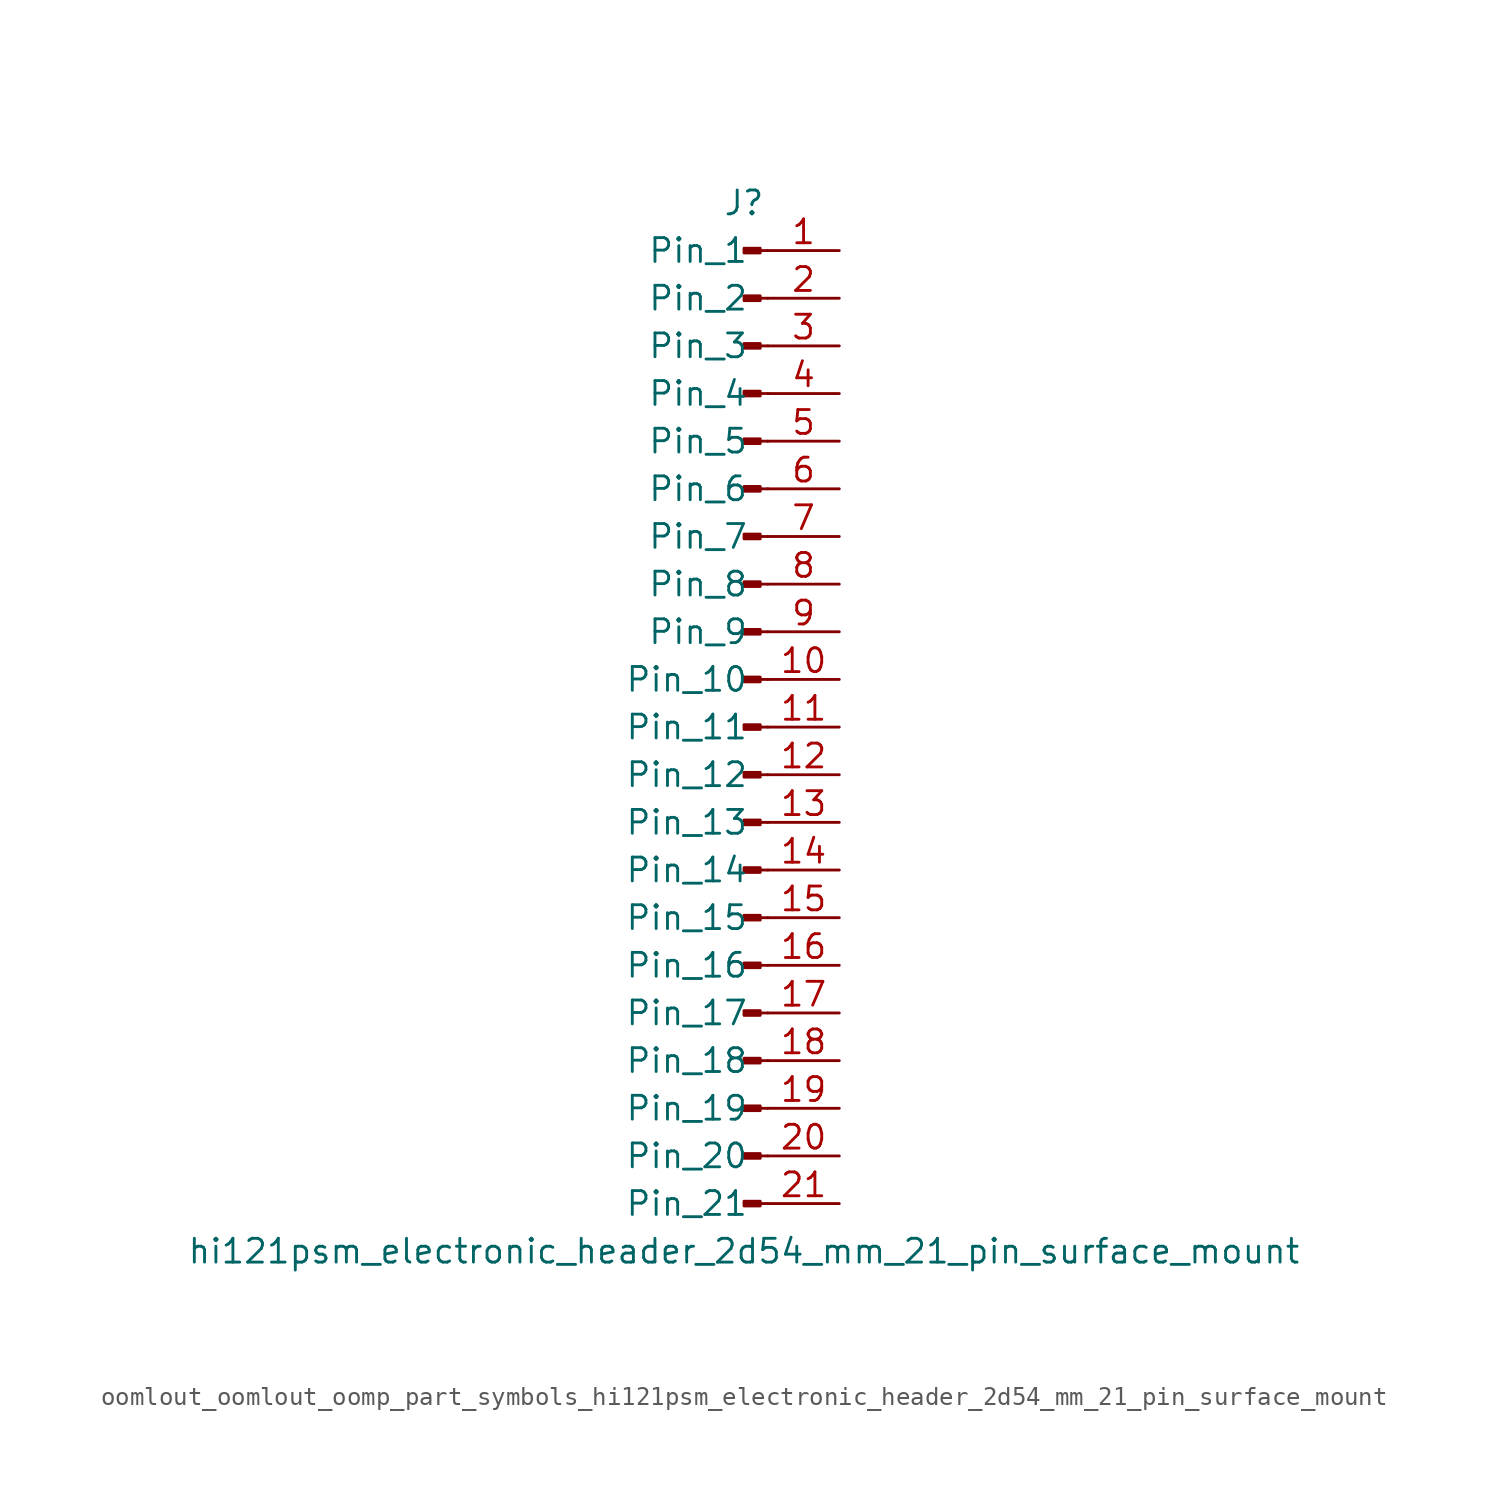
<source format=kicad_sym>
(kicad_symbol_lib
  (version 20220914)
  (generator kicad_symbol_editor)
  (symbol "oomlout_oomlout_oomp_part_symbols_hi121psm_electronic_header_2d54_mm_21_pin_surface_mount"
    (pin_names
      (offset 1.016))
    (property "Reference" "J"
      (at 0 27.94 0)
      (effects (font (size 1.27 1.27))))
    (property "Value" "hi121psm_electronic_header_2d54_mm_21_pin_surface_mount"
      (at 0 -27.94 0)
      (effects (font (size 1.27 1.27))))
    (property "ki_locked" ""
      (at 0 0 0)
      (effects (font (size 1.27 1.27))))
    (symbol "oomlout_oomlout_oomp_part_symbols_hi121psm_electronic_header_2d54_mm_21_pin_surface_mount_1_1"
      (polyline (pts (xy 1.27 -25.4) (xy 0.864 -25.4)) (stroke (width 0.152) (type default)) (fill (type none)))
      (polyline (pts (xy 1.27 -22.86) (xy 0.864 -22.86)) (stroke (width 0.152) (type default)) (fill (type none)))
      (polyline (pts (xy 1.27 -20.32) (xy 0.864 -20.32)) (stroke (width 0.152) (type default)) (fill (type none)))
      (polyline (pts (xy 1.27 -17.78) (xy 0.864 -17.78)) (stroke (width 0.152) (type default)) (fill (type none)))
      (polyline (pts (xy 1.27 -15.24) (xy 0.864 -15.24)) (stroke (width 0.152) (type default)) (fill (type none)))
      (polyline (pts (xy 1.27 -12.7) (xy 0.864 -12.7)) (stroke (width 0.152) (type default)) (fill (type none)))
      (polyline (pts (xy 1.27 -10.16) (xy 0.864 -10.16)) (stroke (width 0.152) (type default)) (fill (type none)))
      (polyline (pts (xy 1.27 -7.62) (xy 0.864 -7.62)) (stroke (width 0.152) (type default)) (fill (type none)))
      (polyline (pts (xy 1.27 -5.08) (xy 0.864 -5.08)) (stroke (width 0.152) (type default)) (fill (type none)))
      (polyline (pts (xy 1.27 -2.54) (xy 0.864 -2.54)) (stroke (width 0.152) (type default)) (fill (type none)))
      (polyline (pts (xy 1.27 0) (xy 0.864 0)) (stroke (width 0.152) (type default)) (fill (type none)))
      (polyline (pts (xy 1.27 2.54) (xy 0.864 2.54)) (stroke (width 0.152) (type default)) (fill (type none)))
      (polyline (pts (xy 1.27 5.08) (xy 0.864 5.08)) (stroke (width 0.152) (type default)) (fill (type none)))
      (polyline (pts (xy 1.27 7.62) (xy 0.864 7.62)) (stroke (width 0.152) (type default)) (fill (type none)))
      (polyline (pts (xy 1.27 10.16) (xy 0.864 10.16)) (stroke (width 0.152) (type default)) (fill (type none)))
      (polyline (pts (xy 1.27 12.7) (xy 0.864 12.7)) (stroke (width 0.152) (type default)) (fill (type none)))
      (polyline (pts (xy 1.27 15.24) (xy 0.864 15.24)) (stroke (width 0.152) (type default)) (fill (type none)))
      (polyline (pts (xy 1.27 17.78) (xy 0.864 17.78)) (stroke (width 0.152) (type default)) (fill (type none)))
      (polyline (pts (xy 1.27 20.32) (xy 0.864 20.32)) (stroke (width 0.152) (type default)) (fill (type none)))
      (polyline (pts (xy 1.27 22.86) (xy 0.864 22.86)) (stroke (width 0.152) (type default)) (fill (type none)))
      (polyline (pts (xy 1.27 25.4) (xy 0.864 25.4)) (stroke (width 0.152) (type default)) (fill (type none)))
      (rectangle (start 0.864 -25.273) (end 0 -25.527) (stroke (width 0.152) (type default)) (fill (type outline)))
      (rectangle (start 0.864 -22.733) (end 0 -22.987) (stroke (width 0.152) (type default)) (fill (type outline)))
      (rectangle (start 0.864 -20.193) (end 0 -20.447) (stroke (width 0.152) (type default)) (fill (type outline)))
      (rectangle (start 0.864 -17.653) (end 0 -17.907) (stroke (width 0.152) (type default)) (fill (type outline)))
      (rectangle (start 0.864 -15.113) (end 0 -15.367) (stroke (width 0.152) (type default)) (fill (type outline)))
      (rectangle (start 0.864 -12.573) (end 0 -12.827) (stroke (width 0.152) (type default)) (fill (type outline)))
      (rectangle (start 0.864 -10.033) (end 0 -10.287) (stroke (width 0.152) (type default)) (fill (type outline)))
      (rectangle (start 0.864 -7.493) (end 0 -7.747) (stroke (width 0.152) (type default)) (fill (type outline)))
      (rectangle (start 0.864 -4.953) (end 0 -5.207) (stroke (width 0.152) (type default)) (fill (type outline)))
      (rectangle (start 0.864 -2.413) (end 0 -2.667) (stroke (width 0.152) (type default)) (fill (type outline)))
      (rectangle (start 0.864 0.127) (end 0 -0.127) (stroke (width 0.152) (type default)) (fill (type outline)))
      (rectangle (start 0.864 2.667) (end 0 2.413) (stroke (width 0.152) (type default)) (fill (type outline)))
      (rectangle (start 0.864 5.207) (end 0 4.953) (stroke (width 0.152) (type default)) (fill (type outline)))
      (rectangle (start 0.864 7.747) (end 0 7.493) (stroke (width 0.152) (type default)) (fill (type outline)))
      (rectangle (start 0.864 10.287) (end 0 10.033) (stroke (width 0.152) (type default)) (fill (type outline)))
      (rectangle (start 0.864 12.827) (end 0 12.573) (stroke (width 0.152) (type default)) (fill (type outline)))
      (rectangle (start 0.864 15.367) (end 0 15.113) (stroke (width 0.152) (type default)) (fill (type outline)))
      (rectangle (start 0.864 17.907) (end 0 17.653) (stroke (width 0.152) (type default)) (fill (type outline)))
      (rectangle (start 0.864 20.447) (end 0 20.193) (stroke (width 0.152) (type default)) (fill (type outline)))
      (rectangle (start 0.864 22.987) (end 0 22.733) (stroke (width 0.152) (type default)) (fill (type outline)))
      (rectangle (start 0.864 25.527) (end 0 25.273) (stroke (width 0.152) (type default)) (fill (type outline)))
      (pin passive line (at 5.08 25.4 180) (length 3.81) (name "Pin_1" (effects (font (size 1.27 1.27)))) (number "1" (effects (font (size 1.27 1.27)))))
      (pin passive line (at 5.08 2.54 180) (length 3.81) (name "Pin_10" (effects (font (size 1.27 1.27)))) (number "10" (effects (font (size 1.27 1.27)))))
      (pin passive line (at 5.08 0 180) (length 3.81) (name "Pin_11" (effects (font (size 1.27 1.27)))) (number "11" (effects (font (size 1.27 1.27)))))
      (pin passive line (at 5.08 -2.54 180) (length 3.81) (name "Pin_12" (effects (font (size 1.27 1.27)))) (number "12" (effects (font (size 1.27 1.27)))))
      (pin passive line (at 5.08 -5.08 180) (length 3.81) (name "Pin_13" (effects (font (size 1.27 1.27)))) (number "13" (effects (font (size 1.27 1.27)))))
      (pin passive line (at 5.08 -7.62 180) (length 3.81) (name "Pin_14" (effects (font (size 1.27 1.27)))) (number "14" (effects (font (size 1.27 1.27)))))
      (pin passive line (at 5.08 -10.16 180) (length 3.81) (name "Pin_15" (effects (font (size 1.27 1.27)))) (number "15" (effects (font (size 1.27 1.27)))))
      (pin passive line (at 5.08 -12.7 180) (length 3.81) (name "Pin_16" (effects (font (size 1.27 1.27)))) (number "16" (effects (font (size 1.27 1.27)))))
      (pin passive line (at 5.08 -15.24 180) (length 3.81) (name "Pin_17" (effects (font (size 1.27 1.27)))) (number "17" (effects (font (size 1.27 1.27)))))
      (pin passive line (at 5.08 -17.78 180) (length 3.81) (name "Pin_18" (effects (font (size 1.27 1.27)))) (number "18" (effects (font (size 1.27 1.27)))))
      (pin passive line (at 5.08 -20.32 180) (length 3.81) (name "Pin_19" (effects (font (size 1.27 1.27)))) (number "19" (effects (font (size 1.27 1.27)))))
      (pin passive line (at 5.08 22.86 180) (length 3.81) (name "Pin_2" (effects (font (size 1.27 1.27)))) (number "2" (effects (font (size 1.27 1.27)))))
      (pin passive line (at 5.08 -22.86 180) (length 3.81) (name "Pin_20" (effects (font (size 1.27 1.27)))) (number "20" (effects (font (size 1.27 1.27)))))
      (pin passive line (at 5.08 -25.4 180) (length 3.81) (name "Pin_21" (effects (font (size 1.27 1.27)))) (number "21" (effects (font (size 1.27 1.27)))))
      (pin passive line (at 5.08 20.32 180) (length 3.81) (name "Pin_3" (effects (font (size 1.27 1.27)))) (number "3" (effects (font (size 1.27 1.27)))))
      (pin passive line (at 5.08 17.78 180) (length 3.81) (name "Pin_4" (effects (font (size 1.27 1.27)))) (number "4" (effects (font (size 1.27 1.27)))))
      (pin passive line (at 5.08 15.24 180) (length 3.81) (name "Pin_5" (effects (font (size 1.27 1.27)))) (number "5" (effects (font (size 1.27 1.27)))))
      (pin passive line (at 5.08 12.7 180) (length 3.81) (name "Pin_6" (effects (font (size 1.27 1.27)))) (number "6" (effects (font (size 1.27 1.27)))))
      (pin passive line (at 5.08 10.16 180) (length 3.81) (name "Pin_7" (effects (font (size 1.27 1.27)))) (number "7" (effects (font (size 1.27 1.27)))))
      (pin passive line (at 5.08 7.62 180) (length 3.81) (name "Pin_8" (effects (font (size 1.27 1.27)))) (number "8" (effects (font (size 1.27 1.27)))))
      (pin passive line (at 5.08 5.08 180) (length 3.81) (name "Pin_9" (effects (font (size 1.27 1.27)))) (number "9" (effects (font (size 1.27 1.27))))))))
</source>
